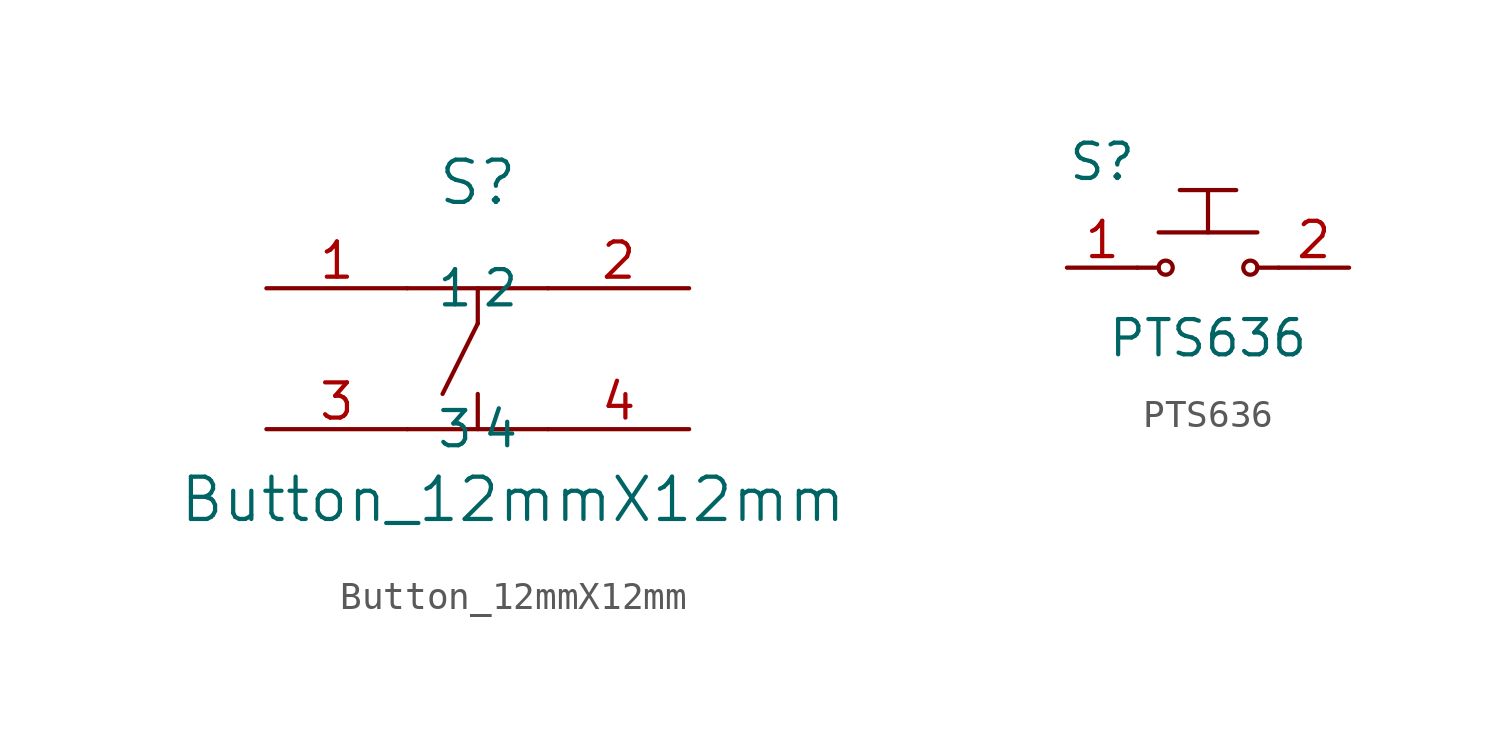
<source format=kicad_sym>
(kicad_symbol_lib
  (version 20211014)
  (generator kicad_symbol_editor)
  (symbol "Button_12mmX12mm"
    (pin_names
      (offset 1.016))
    (property "Reference" "S"
      (at 0 6.35 0)
      (effects (font (size 1.524 1.524))))
    (property "Value" "Button_12mmX12mm"
      (at 1.27 -5.08 0)
      (effects (font (size 1.524 1.524))))
    (symbol "Button_12mmX12mm_0_1"
      (polyline (pts (xy -2.54 2.54) (xy 2.54 2.54)) (stroke (width 0) (type default) (color 0 0 0 0)) (fill (type none)))
      (polyline (pts (xy 0 -2.54) (xy 0 -1.27)) (stroke (width 0) (type default) (color 0 0 0 0)) (fill (type none)))
      (polyline (pts (xy 0 1.27) (xy -1.27 -1.27)) (stroke (width 0) (type default) (color 0 0 0 0)) (fill (type none)))
      (polyline (pts (xy 0 2.54) (xy 0 1.27)) (stroke (width 0) (type default) (color 0 0 0 0)) (fill (type none)))
      (polyline (pts (xy 2.54 -2.54) (xy -2.54 -2.54)) (stroke (width 0) (type default) (color 0 0 0 0)) (fill (type none))))
    (symbol "Button_12mmX12mm_1_1"
      (pin input line (at -7.62 2.54 0) (length 5.08) (name "1" (effects (font (size 1.27 1.27)))) (number "1" (effects (font (size 1.27 1.27)))))
      (pin input line (at 7.62 2.54 180) (length 5.08) (name "2" (effects (font (size 1.27 1.27)))) (number "2" (effects (font (size 1.27 1.27)))))
      (pin input line (at -7.62 -2.54 0) (length 5.08) (name "3" (effects (font (size 1.27 1.27)))) (number "3" (effects (font (size 1.27 1.27)))))
      (pin input line (at 7.62 -2.54 180) (length 5.08) (name "4" (effects (font (size 1.27 1.27)))) (number "4" (effects (font (size 1.27 1.27)))))))
  (symbol "PTS636"
    (pin_names
      (offset 1.016))
    (property "Reference" "S"
      (at -3.81 3.81 0)
      (effects (font (size 1.27 1.27))))
    (property "Value" "PTS636"
      (at 0 -2.54 0)
      (effects (font (size 1.27 1.27))))
    (symbol "PTS636_0_1"
      (circle (center -1.524 0) (radius 0.254) (stroke (width 0) (type default) (color 0 0 0 0)) (fill (type none)))
      (polyline (pts (xy -2.54 0) (xy -1.778 0)) (stroke (width 0) (type default) (color 0 0 0 0)) (fill (type none)))
      (polyline (pts (xy -1.778 1.27) (xy 1.778 1.27)) (stroke (width 0) (type default) (color 0 0 0 0)) (fill (type none)))
      (polyline (pts (xy -1.016 2.794) (xy 1.016 2.794)) (stroke (width 0) (type default) (color 0 0 0 0)) (fill (type none)))
      (polyline (pts (xy 0 1.27) (xy 0 2.794)) (stroke (width 0) (type default) (color 0 0 0 0)) (fill (type none)))
      (polyline (pts (xy 2.54 0) (xy 1.778 0)) (stroke (width 0) (type default) (color 0 0 0 0)) (fill (type none)))
      (circle (center 1.524 0) (radius 0.254) (stroke (width 0) (type default) (color 0 0 0 0)) (fill (type none))))
    (symbol "PTS636_1_1"
      (pin passive line (at -5.08 0 0) (length 2.54) (name "~" (effects (font (size 1.27 1.27)))) (number "1" (effects (font (size 1.27 1.27)))))
      (pin passive line (at 5.08 0 180) (length 2.54) (name "~" (effects (font (size 1.27 1.27)))) (number "2" (effects (font (size 1.27 1.27))))))))
</source>
